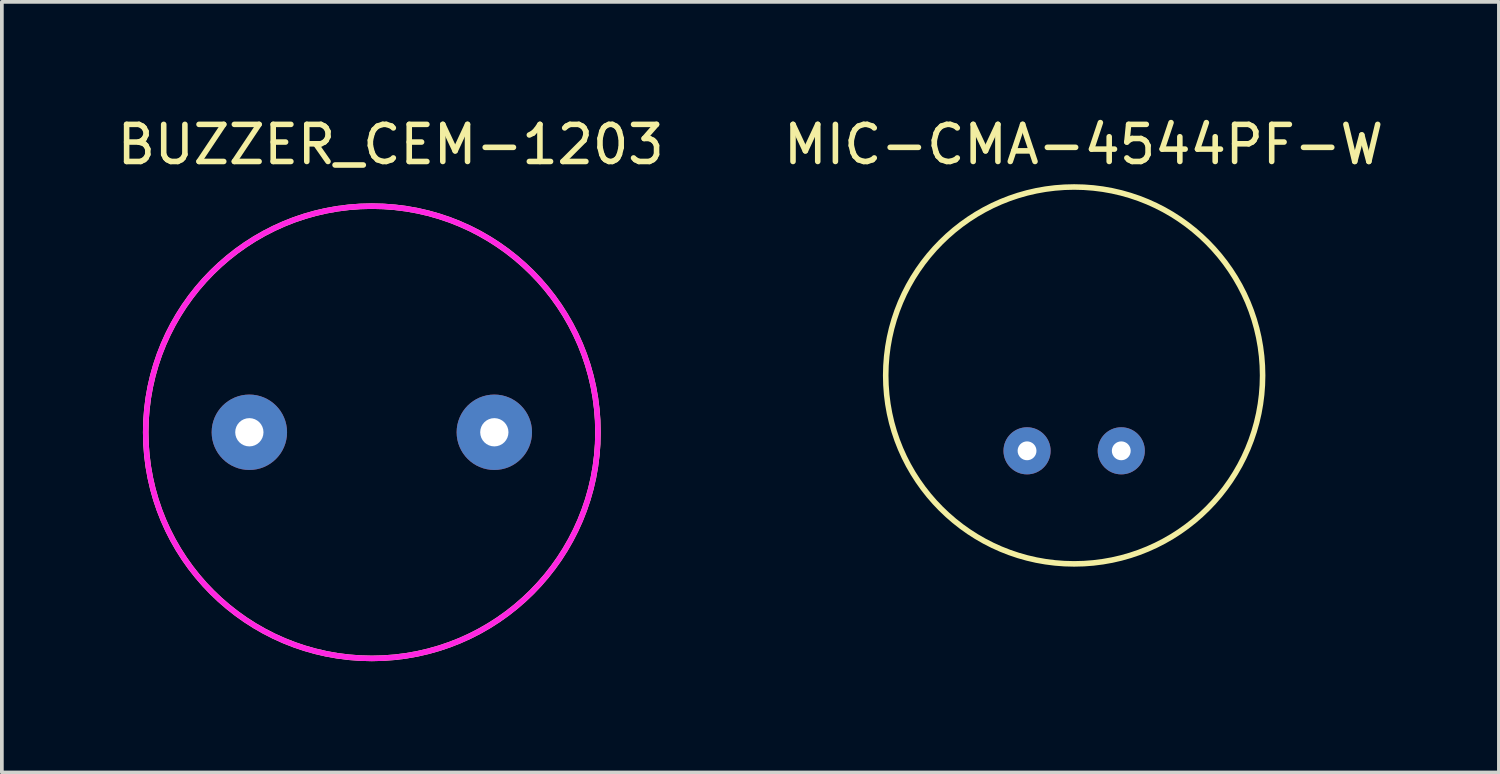
<source format=kicad_pcb>
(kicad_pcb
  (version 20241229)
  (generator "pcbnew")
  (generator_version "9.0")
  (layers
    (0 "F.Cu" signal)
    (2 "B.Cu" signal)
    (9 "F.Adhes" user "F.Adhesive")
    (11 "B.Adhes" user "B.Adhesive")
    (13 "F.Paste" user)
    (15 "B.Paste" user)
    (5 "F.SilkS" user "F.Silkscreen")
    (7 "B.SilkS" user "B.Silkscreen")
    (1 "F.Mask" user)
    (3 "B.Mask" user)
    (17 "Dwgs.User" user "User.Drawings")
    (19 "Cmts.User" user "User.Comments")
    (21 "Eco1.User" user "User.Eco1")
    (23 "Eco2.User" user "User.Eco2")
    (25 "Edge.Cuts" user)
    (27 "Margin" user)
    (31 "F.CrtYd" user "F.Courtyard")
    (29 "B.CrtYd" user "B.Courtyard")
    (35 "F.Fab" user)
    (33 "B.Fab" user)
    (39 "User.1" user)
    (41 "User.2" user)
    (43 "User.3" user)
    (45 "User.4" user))
  (footprint "BUZZER_CEM-1203"
    (layer "F.Cu")
    (at 6.974 8.603)
    (property "Reference" "BUZZER_CEM-1203" (at 0.508 -7.755 0) (layer "F.SilkS") (effects (font (size 1 1) (thickness 0.15))))
    (attr through_hole)
    (fp_circle (center 0 0) (end 0 6.096) (stroke (width 0.15) (type solid)) (fill no) (layer "F.SilkS"))
    (fp_circle (center 0 0) (end 0 6.096) (stroke (width 0.15) (type solid)) (fill no) (layer "F.CrtYd"))
    (pad "1" thru_hole circle (at -3.302 0) (size 2.032 2.032) (drill 0.762) (layers "*.Cu" "*.Mask"))
    (pad "2" thru_hole circle (at 3.302 0) (size 2.032 2.032) (drill 0.762) (layers "*.Cu" "*.Mask")))
  (footprint "MIC-CMA-4544PF-W"
    (layer "F.Cu")
    (at 25.907 9.103)
    (property "Reference" "MIC-CMA-4544PF-W" (at 0.254 -8.255 0) (layer "F.SilkS") (effects (font (size 1 1) (thickness 0.15))))
    (attr through_hole)
    (fp_circle (center 0 -2.032) (end 0 -7.112) (stroke (width 0.15) (type solid)) (fill no) (layer "F.SilkS"))
    (pad "1" thru_hole circle (at -1.27 0) (size 1.27 1.27) (drill 0.508) (layers "*.Cu" "*.Mask"))
    (pad "2" thru_hole circle (at 1.27 0) (size 1.27 1.27) (drill 0.508) (layers "*.Cu" "*.Mask")))
  (gr_rect
    (start -3 -3)
    (end 37.357 17.774)
    (stroke (width 0.1) (type default))
    (fill no)
    (layer "Edge.Cuts")))
</source>
